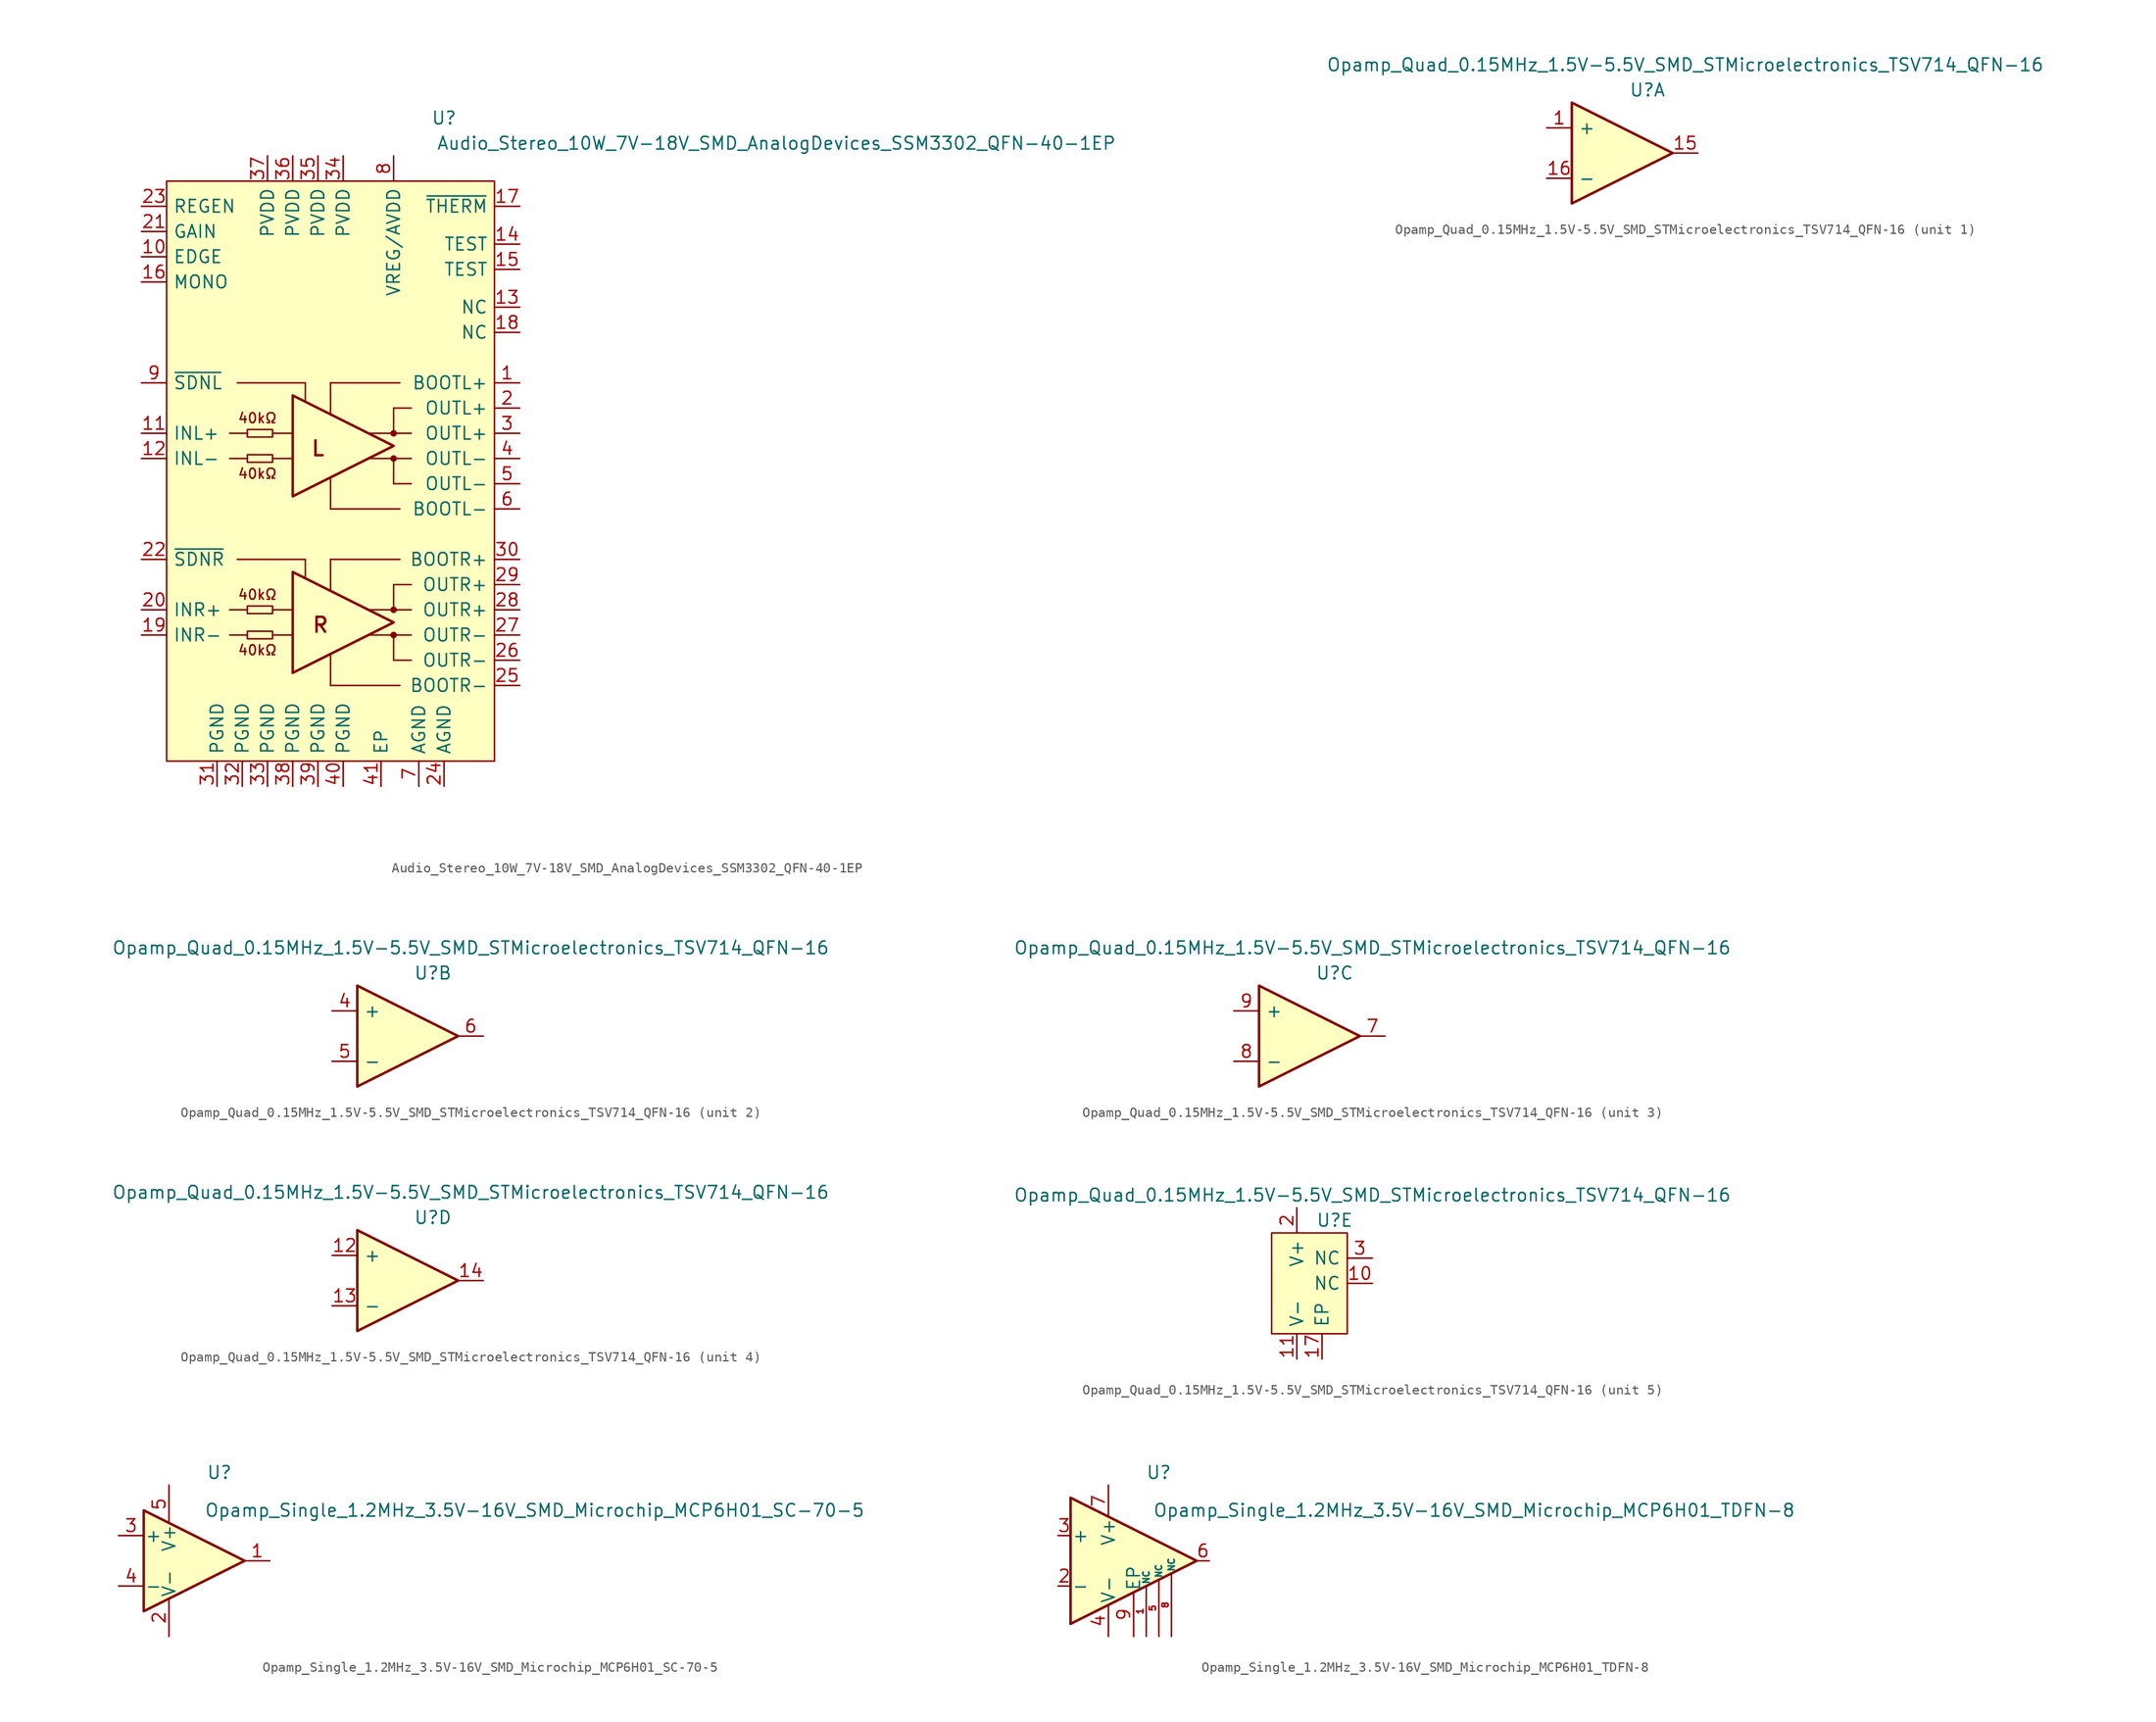
<source format=kicad_sym>
(kicad_symbol_lib
  (version 20231120)
  (generator "kicad_symbol_editor")
  (generator_version "8.0")
  (symbol "Audio_Stereo_10W_7V-18V_SMD_AnalogDevices_SSM3302_QFN-40-1EP"
    (pin_names
      (offset 0.635))
    (property "Reference" "U"
      (at 11.43 35.56 0)
      (effects (font (size 1.27 1.27))))
    (property "Value" "Audio_Stereo_10W_7V-18V_SMD_AnalogDevices_SSM3302_QFN-40-1EP"
      (at 10.668 33.02 0)
      (effects (font (size 1.27 1.27)) (justify left)))
    (symbol "Audio_Stereo_10W_7V-18V_SMD_AnalogDevices_SSM3302_QFN-40-1EP_0_0"
      (pin bidirectional line (at 19.05 8.89 180) (length 2.54) (name "BOOTL+" (effects (font (size 1.27 1.27)))) (number "1" (effects (font (size 1.27 1.27)))))
      (pin input line (at -19.05 21.59 0) (length 2.54) (name "EDGE" (effects (font (size 1.27 1.27)))) (number "10" (effects (font (size 1.27 1.27)))))
      (pin input line (at -19.05 3.81 0) (length 2.54) (name "INL+" (effects (font (size 1.27 1.27)))) (number "11" (effects (font (size 1.27 1.27)))))
      (pin input line (at -19.05 1.27 0) (length 2.54) (name "INL-" (effects (font (size 1.27 1.27)))) (number "12" (effects (font (size 1.27 1.27)))))
      (pin passive line (at 19.05 16.51 180) (length 2.54) (name "NC" (effects (font (size 1.27 1.27)))) (number "13" (effects (font (size 1.27 1.27)))))
      (pin input line (at 19.05 22.86 180) (length 2.54) (name "TEST" (effects (font (size 1.27 1.27)))) (number "14" (effects (font (size 1.27 1.27)))))
      (pin input line (at 19.05 20.32 180) (length 2.54) (name "TEST" (effects (font (size 1.27 1.27)))) (number "15" (effects (font (size 1.27 1.27)))))
      (pin input line (at -19.05 19.05 0) (length 2.54) (name "MONO" (effects (font (size 1.27 1.27)))) (number "16" (effects (font (size 1.27 1.27)))))
      (pin open_collector line (at 19.05 26.67 180) (length 2.54) (name "~{THERM}" (effects (font (size 1.27 1.27)))) (number "17" (effects (font (size 1.27 1.27)))))
      (pin passive line (at 19.05 13.97 180) (length 2.54) (name "NC" (effects (font (size 1.27 1.27)))) (number "18" (effects (font (size 1.27 1.27)))))
      (pin input line (at -19.05 -16.51 0) (length 2.54) (name "INR-" (effects (font (size 1.27 1.27)))) (number "19" (effects (font (size 1.27 1.27)))))
      (pin output line (at 19.05 6.35 180) (length 2.54) (name "OUTL+" (effects (font (size 1.27 1.27)))) (number "2" (effects (font (size 1.27 1.27)))))
      (pin input line (at -19.05 -13.97 0) (length 2.54) (name "INR+" (effects (font (size 1.27 1.27)))) (number "20" (effects (font (size 1.27 1.27)))))
      (pin input line (at -19.05 24.13 0) (length 2.54) (name "GAIN" (effects (font (size 1.27 1.27)))) (number "21" (effects (font (size 1.27 1.27)))))
      (pin input line (at -19.05 -8.89 0) (length 2.54) (name "~{SDNR}" (effects (font (size 1.27 1.27)))) (number "22" (effects (font (size 1.27 1.27)))))
      (pin input line (at -19.05 26.67 0) (length 2.54) (name "REGEN" (effects (font (size 1.27 1.27)))) (number "23" (effects (font (size 1.27 1.27)))))
      (pin power_in line (at 11.43 -31.75 90) (length 2.54) (name "AGND" (effects (font (size 1.27 1.27)))) (number "24" (effects (font (size 1.27 1.27)))))
      (pin bidirectional line (at 19.05 -21.59 180) (length 2.54) (name "BOOTR-" (effects (font (size 1.27 1.27)))) (number "25" (effects (font (size 1.27 1.27)))))
      (pin output line (at 19.05 -19.05 180) (length 2.54) (name "OUTR-" (effects (font (size 1.27 1.27)))) (number "26" (effects (font (size 1.27 1.27)))))
      (pin output line (at 19.05 -16.51 180) (length 2.54) (name "OUTR-" (effects (font (size 1.27 1.27)))) (number "27" (effects (font (size 1.27 1.27)))))
      (pin output line (at 19.05 -13.97 180) (length 2.54) (name "OUTR+" (effects (font (size 1.27 1.27)))) (number "28" (effects (font (size 1.27 1.27)))))
      (pin output line (at 19.05 -11.43 180) (length 2.54) (name "OUTR+" (effects (font (size 1.27 1.27)))) (number "29" (effects (font (size 1.27 1.27)))))
      (pin output line (at 19.05 3.81 180) (length 2.54) (name "OUTL+" (effects (font (size 1.27 1.27)))) (number "3" (effects (font (size 1.27 1.27)))))
      (pin bidirectional line (at 19.05 -8.89 180) (length 2.54) (name "BOOTR+" (effects (font (size 1.27 1.27)))) (number "30" (effects (font (size 1.27 1.27)))))
      (pin power_in line (at -11.43 -31.75 90) (length 2.54) (name "PGND" (effects (font (size 1.27 1.27)))) (number "31" (effects (font (size 1.27 1.27)))))
      (pin power_in line (at -8.89 -31.75 90) (length 2.54) (name "PGND" (effects (font (size 1.27 1.27)))) (number "32" (effects (font (size 1.27 1.27)))))
      (pin power_in line (at -6.35 -31.75 90) (length 2.54) (name "PGND" (effects (font (size 1.27 1.27)))) (number "33" (effects (font (size 1.27 1.27)))))
      (pin power_in line (at 1.27 31.75 270) (length 2.54) (name "PVDD" (effects (font (size 1.27 1.27)))) (number "34" (effects (font (size 1.27 1.27)))))
      (pin power_in line (at -1.27 31.75 270) (length 2.54) (name "PVDD" (effects (font (size 1.27 1.27)))) (number "35" (effects (font (size 1.27 1.27)))))
      (pin power_in line (at -3.81 31.75 270) (length 2.54) (name "PVDD" (effects (font (size 1.27 1.27)))) (number "36" (effects (font (size 1.27 1.27)))))
      (pin power_in line (at -6.35 31.75 270) (length 2.54) (name "PVDD" (effects (font (size 1.27 1.27)))) (number "37" (effects (font (size 1.27 1.27)))))
      (pin power_in line (at -3.81 -31.75 90) (length 2.54) (name "PGND" (effects (font (size 1.27 1.27)))) (number "38" (effects (font (size 1.27 1.27)))))
      (pin power_in line (at -1.27 -31.75 90) (length 2.54) (name "PGND" (effects (font (size 1.27 1.27)))) (number "39" (effects (font (size 1.27 1.27)))))
      (pin output line (at 19.05 1.27 180) (length 2.54) (name "OUTL-" (effects (font (size 1.27 1.27)))) (number "4" (effects (font (size 1.27 1.27)))))
      (pin power_in line (at 1.27 -31.75 90) (length 2.54) (name "PGND" (effects (font (size 1.27 1.27)))) (number "40" (effects (font (size 1.27 1.27)))))
      (pin passive line (at 5.08 -31.75 90) (length 2.54) (name "EP" (effects (font (size 1.27 1.27)))) (number "41" (effects (font (size 1.27 1.27)))))
      (pin output line (at 19.05 -1.27 180) (length 2.54) (name "OUTL-" (effects (font (size 1.27 1.27)))) (number "5" (effects (font (size 1.27 1.27)))))
      (pin bidirectional line (at 19.05 -3.81 180) (length 2.54) (name "BOOTL-" (effects (font (size 1.27 1.27)))) (number "6" (effects (font (size 1.27 1.27)))))
      (pin power_in line (at 8.89 -31.75 90) (length 2.54) (name "AGND" (effects (font (size 1.27 1.27)))) (number "7" (effects (font (size 1.27 1.27)))))
      (pin bidirectional line (at 6.35 31.75 270) (length 2.54) (name "VREG/AVDD" (effects (font (size 1.27 1.27)))) (number "8" (effects (font (size 1.27 1.27)))))
      (pin input line (at -19.05 8.89 0) (length 2.54) (name "~{SDNL}" (effects (font (size 1.27 1.27)))) (number "9" (effects (font (size 1.27 1.27))))))
    (symbol "Audio_Stereo_10W_7V-18V_SMD_AnalogDevices_SSM3302_QFN-40-1EP_1_1"
      (rectangle (start -16.51 29.21) (end 16.51 -29.21) (stroke (width 0) (type default)) (fill (type background)))
      (rectangle (start -8.382 -16.129) (end -5.842 -16.891) (stroke (width 0) (type default)) (fill (type none)))
      (rectangle (start -8.382 -13.589) (end -5.842 -14.351) (stroke (width 0) (type default)) (fill (type none)))
      (rectangle (start -8.382 1.651) (end -5.842 0.889) (stroke (width 0) (type default)) (fill (type none)))
      (rectangle (start -8.382 4.191) (end -5.842 3.429) (stroke (width 0) (type default)) (fill (type none)))
      (polyline (pts (xy -10.16 -16.51) (xy -8.382 -16.51)) (stroke (width 0) (type default)) (fill (type none)))
      (polyline (pts (xy -10.16 -13.97) (xy -8.382 -13.97)) (stroke (width 0) (type default)) (fill (type none)))
      (polyline (pts (xy -10.16 1.27) (xy -8.382 1.27)) (stroke (width 0) (type default)) (fill (type none)))
      (polyline (pts (xy -10.16 3.81) (xy -8.382 3.81)) (stroke (width 0) (type default)) (fill (type none)))
      (polyline (pts (xy -9.398 -8.89) (xy -2.54 -8.89)) (stroke (width 0) (type default)) (fill (type none)))
      (polyline (pts (xy -9.398 8.89) (xy -2.54 8.89)) (stroke (width 0) (type default)) (fill (type none)))
      (polyline (pts (xy -5.842 -16.51) (xy -3.81 -16.51)) (stroke (width 0) (type default)) (fill (type none)))
      (polyline (pts (xy -5.842 -13.97) (xy -3.81 -13.97)) (stroke (width 0) (type default)) (fill (type none)))
      (polyline (pts (xy -5.842 1.27) (xy -3.81 1.27)) (stroke (width 0) (type default)) (fill (type none)))
      (polyline (pts (xy -5.842 3.81) (xy -3.81 3.81)) (stroke (width 0) (type default)) (fill (type none)))
      (polyline (pts (xy -2.54 -10.795) (xy -2.54 -8.89)) (stroke (width 0) (type default)) (fill (type none)))
      (polyline (pts (xy -2.54 6.985) (xy -2.54 8.89)) (stroke (width 0) (type default)) (fill (type none)))
      (polyline (pts (xy 0 -21.59) (xy 6.985 -21.59)) (stroke (width 0) (type default)) (fill (type none)))
      (polyline (pts (xy 0 -18.415) (xy 0 -21.59)) (stroke (width 0) (type default)) (fill (type none)))
      (polyline (pts (xy 0 -12.065) (xy 0 -8.89)) (stroke (width 0) (type default)) (fill (type none)))
      (polyline (pts (xy 0 -8.89) (xy 6.985 -8.89)) (stroke (width 0) (type default)) (fill (type none)))
      (polyline (pts (xy 0 -3.81) (xy 6.985 -3.81)) (stroke (width 0) (type default)) (fill (type none)))
      (polyline (pts (xy 0 -0.635) (xy 0 -3.81)) (stroke (width 0) (type default)) (fill (type none)))
      (polyline (pts (xy 0 5.715) (xy 0 8.89)) (stroke (width 0) (type default)) (fill (type none)))
      (polyline (pts (xy 0 8.89) (xy 6.985 8.89)) (stroke (width 0) (type default)) (fill (type none)))
      (polyline (pts (xy 3.81 -16.51) (xy 8.128 -16.51)) (stroke (width 0) (type default)) (fill (type none)))
      (polyline (pts (xy 3.81 -13.97) (xy 8.128 -13.97)) (stroke (width 0) (type default)) (fill (type none)))
      (polyline (pts (xy 3.81 1.27) (xy 8.128 1.27)) (stroke (width 0) (type default)) (fill (type none)))
      (polyline (pts (xy 3.81 3.81) (xy 8.128 3.81)) (stroke (width 0) (type default)) (fill (type none)))
      (polyline (pts (xy 6.35 -19.05) (xy 8.128 -19.05)) (stroke (width 0) (type default)) (fill (type none)))
      (polyline (pts (xy 6.35 -16.51) (xy 6.35 -19.05)) (stroke (width 0) (type default)) (fill (type none)))
      (polyline (pts (xy 6.35 -13.97) (xy 6.35 -11.43)) (stroke (width 0) (type default)) (fill (type none)))
      (polyline (pts (xy 6.35 -11.43) (xy 8.128 -11.43)) (stroke (width 0) (type default)) (fill (type none)))
      (polyline (pts (xy 6.35 -1.27) (xy 8.128 -1.27)) (stroke (width 0) (type default)) (fill (type none)))
      (polyline (pts (xy 6.35 1.27) (xy 6.35 -1.27)) (stroke (width 0) (type default)) (fill (type none)))
      (polyline (pts (xy 6.35 3.81) (xy 6.35 6.35)) (stroke (width 0) (type default)) (fill (type none)))
      (polyline (pts (xy 6.35 6.35) (xy 8.128 6.35)) (stroke (width 0) (type default)) (fill (type none)))
      (polyline (pts (xy -3.81 -10.16) (xy 6.35 -15.24) (xy -3.81 -20.32) (xy -3.81 -10.16)) (stroke (width 0.254) (type default)) (fill (type none)))
      (polyline (pts (xy -3.81 7.62) (xy 6.35 2.54) (xy -3.81 -2.54) (xy -3.81 7.62)) (stroke (width 0.254) (type default)) (fill (type none)))
      (circle (center 6.35 -16.51) (radius 0.254) (stroke (width 0) (type default)) (fill (type outline)))
      (circle (center 6.35 -13.97) (radius 0.254) (stroke (width 0) (type default)) (fill (type outline)))
      (circle (center 6.35 1.27) (radius 0.254) (stroke (width 0) (type default)) (fill (type outline)))
      (circle (center 6.35 3.81) (radius 0.254) (stroke (width 0) (type default)) (fill (type outline)))
      (text "40kΩ" (at -7.366 -18.034 0) (effects (font (size 1 1))))
      (text "40kΩ" (at -7.366 -12.446 0) (effects (font (size 1 1))))
      (text "40kΩ" (at -7.366 -0.254 0) (effects (font (size 1 1))))
      (text "40kΩ" (at -7.366 5.334 0) (effects (font (size 1 1))))
      (text "L" (at -1.27 2.286 0) (effects (font (size 1.5 1.5) (thickness 0.25))))
      (text "R" (at -1.016 -15.494 0) (effects (font (size 1.5 1.5) (thickness 0.25))))))
  (symbol "Opamp_Quad_0.15MHz_1.5V-5.5V_SMD_STMicroelectronics_TSV714_QFN-16"
    (pin_names
      (offset 0.635))
    (property "Reference" "U"
      (at 2.54 6.35 0)
      (effects (font (size 1.27 1.27))))
    (property "Value" "Opamp_Quad_0.15MHz_1.5V-5.5V_SMD_STMicroelectronics_TSV714_QFN-16"
      (at 6.35 8.89 0)
      (effects (font (size 1.27 1.27))))
    (property "ki_locked" ""
      (at 0 0 0)
      (effects (font (size 1.27 1.27))))
    (symbol "Opamp_Quad_0.15MHz_1.5V-5.5V_SMD_STMicroelectronics_TSV714_QFN-16_1_1"
      (polyline (pts (xy -5.08 5.08) (xy 5.08 0) (xy -5.08 -5.08) (xy -5.08 5.08)) (stroke (width 0.254) (type default)) (fill (type background)))
      (pin input line (at -7.62 2.54 0) (length 2.54) (name "+" (effects (font (size 1.27 1.27)))) (number "1" (effects (font (size 1.27 1.27)))))
      (pin output line (at 7.62 0 180) (length 2.54) (name "~" (effects (font (size 1.27 1.27)))) (number "15" (effects (font (size 1.27 1.27)))))
      (pin input line (at -7.62 -2.54 0) (length 2.54) (name "-" (effects (font (size 1.27 1.27)))) (number "16" (effects (font (size 1.27 1.27))))))
    (symbol "Opamp_Quad_0.15MHz_1.5V-5.5V_SMD_STMicroelectronics_TSV714_QFN-16_2_1"
      (polyline (pts (xy -5.08 5.08) (xy 5.08 0) (xy -5.08 -5.08) (xy -5.08 5.08)) (stroke (width 0.254) (type default)) (fill (type background)))
      (pin input line (at -7.62 2.54 0) (length 2.54) (name "+" (effects (font (size 1.27 1.27)))) (number "4" (effects (font (size 1.27 1.27)))))
      (pin input line (at -7.62 -2.54 0) (length 2.54) (name "-" (effects (font (size 1.27 1.27)))) (number "5" (effects (font (size 1.27 1.27)))))
      (pin output line (at 7.62 0 180) (length 2.54) (name "~" (effects (font (size 1.27 1.27)))) (number "6" (effects (font (size 1.27 1.27))))))
    (symbol "Opamp_Quad_0.15MHz_1.5V-5.5V_SMD_STMicroelectronics_TSV714_QFN-16_3_1"
      (polyline (pts (xy -5.08 5.08) (xy 5.08 0) (xy -5.08 -5.08) (xy -5.08 5.08)) (stroke (width 0.254) (type default)) (fill (type background)))
      (pin output line (at 7.62 0 180) (length 2.54) (name "~" (effects (font (size 1.27 1.27)))) (number "7" (effects (font (size 1.27 1.27)))))
      (pin input line (at -7.62 -2.54 0) (length 2.54) (name "-" (effects (font (size 1.27 1.27)))) (number "8" (effects (font (size 1.27 1.27)))))
      (pin input line (at -7.62 2.54 0) (length 2.54) (name "+" (effects (font (size 1.27 1.27)))) (number "9" (effects (font (size 1.27 1.27))))))
    (symbol "Opamp_Quad_0.15MHz_1.5V-5.5V_SMD_STMicroelectronics_TSV714_QFN-16_4_1"
      (polyline (pts (xy -5.08 5.08) (xy 5.08 0) (xy -5.08 -5.08) (xy -5.08 5.08)) (stroke (width 0.254) (type default)) (fill (type background)))
      (pin input line (at -7.62 2.54 0) (length 2.54) (name "+" (effects (font (size 1.27 1.27)))) (number "12" (effects (font (size 1.27 1.27)))))
      (pin input line (at -7.62 -2.54 0) (length 2.54) (name "-" (effects (font (size 1.27 1.27)))) (number "13" (effects (font (size 1.27 1.27)))))
      (pin output line (at 7.62 0 180) (length 2.54) (name "~" (effects (font (size 1.27 1.27)))) (number "14" (effects (font (size 1.27 1.27))))))
    (symbol "Opamp_Quad_0.15MHz_1.5V-5.5V_SMD_STMicroelectronics_TSV714_QFN-16_5_1"
      (rectangle (start -3.81 5.08) (end 3.81 -5.08) (stroke (width 0) (type default)) (fill (type background)))
      (pin passive line (at 6.35 0 180) (length 2.54) (name "NC" (effects (font (size 1.27 1.27)))) (number "10" (effects (font (size 1.27 1.27)))))
      (pin power_in line (at -1.27 -7.62 90) (length 2.54) (name "V-" (effects (font (size 1.27 1.27)))) (number "11" (effects (font (size 1.27 1.27)))))
      (pin power_in line (at 1.27 -7.62 90) (length 2.54) (name "EP" (effects (font (size 1.27 1.27)))) (number "17" (effects (font (size 1.27 1.27)))))
      (pin power_in line (at -1.27 7.62 270) (length 2.54) (name "V+" (effects (font (size 1.27 1.27)))) (number "2" (effects (font (size 1.27 1.27)))))
      (pin passive line (at 6.35 2.54 180) (length 2.54) (name "NC" (effects (font (size 1.27 1.27)))) (number "3" (effects (font (size 1.27 1.27)))))))
  (symbol "Opamp_Single_1.2MHz_3.5V-16V_SMD_Microchip_MCP6H01_SC-70-5"
    (pin_names
      (offset 0.102))
    (property "Reference" "U"
      (at 3.81 8.89 0)
      (effects (font (size 1.27 1.27))))
    (property "Value" "Opamp_Single_1.2MHz_3.5V-16V_SMD_Microchip_MCP6H01_SC-70-5"
      (at 35.56 5.08 0)
      (effects (font (size 1.27 1.27))))
    (symbol "Opamp_Single_1.2MHz_3.5V-16V_SMD_Microchip_MCP6H01_SC-70-5_1_1"
      (polyline (pts (xy -3.81 5.08) (xy 6.35 0) (xy -3.81 -5.08) (xy -3.81 5.08)) (stroke (width 0.254) (type default)) (fill (type background)))
      (pin output line (at 8.89 0 180) (length 2.54) (name "~" (effects (font (size 1.27 1.27)))) (number "1" (effects (font (size 1.27 1.27)))))
      (pin power_in line (at -1.27 -7.62 90) (length 3.81) (name "V-" (effects (font (size 1.27 1.27)))) (number "2" (effects (font (size 1.27 1.27)))))
      (pin input line (at -6.35 2.54 0) (length 2.54) (name "+" (effects (font (size 1.27 1.27)))) (number "3" (effects (font (size 1.27 1.27)))))
      (pin input line (at -6.35 -2.54 0) (length 2.54) (name "-" (effects (font (size 1.27 1.27)))) (number "4" (effects (font (size 1.27 1.27)))))
      (pin power_in line (at -1.27 7.62 270) (length 3.81) (name "V+" (effects (font (size 1.27 1.27)))) (number "5" (effects (font (size 1.27 1.27)))))))
  (symbol "Opamp_Single_1.2MHz_3.5V-16V_SMD_Microchip_MCP6H01_TDFN-8"
    (pin_names
      (offset 0.127))
    (property "Reference" "U"
      (at 3.81 8.89 0)
      (effects (font (size 1.27 1.27))))
    (property "Value" "Opamp_Single_1.2MHz_3.5V-16V_SMD_Microchip_MCP6H01_TDFN-8"
      (at 35.56 5.08 0)
      (effects (font (size 1.27 1.27))))
    (symbol "Opamp_Single_1.2MHz_3.5V-16V_SMD_Microchip_MCP6H01_TDFN-8_0_0"
      (pin passive line (at 2.54 -7.62 90) (length 5.08) (name "NC" (effects (font (size 0.635 0.635)))) (number "1" (effects (font (size 0.635 0.635)))))
      (pin passive line (at 3.81 -7.62 90) (length 5.715) (name "NC" (effects (font (size 0.635 0.635)))) (number "5" (effects (font (size 0.635 0.635)))))
      (pin passive line (at 5.08 -7.62 90) (length 6.35) (name "NC" (effects (font (size 0.635 0.635)))) (number "8" (effects (font (size 0.635 0.635)))))
      (pin power_in line (at 1.27 -7.62 90) (length 4.445) (name "EP" (effects (font (size 1.27 1.27)))) (number "9" (effects (font (size 1.27 1.27))))))
    (symbol "Opamp_Single_1.2MHz_3.5V-16V_SMD_Microchip_MCP6H01_TDFN-8_1_1"
      (polyline (pts (xy -5.08 6.35) (xy 7.62 0) (xy -5.08 -6.35) (xy -5.08 6.35)) (stroke (width 0.254) (type default)) (fill (type background)))
      (pin input line (at -6.35 -2.54 0) (length 1.27) (name "-" (effects (font (size 1.27 1.27)))) (number "2" (effects (font (size 1.27 1.27)))))
      (pin input line (at -6.35 2.54 0) (length 1.27) (name "+" (effects (font (size 1.27 1.27)))) (number "3" (effects (font (size 1.27 1.27)))))
      (pin power_in line (at -1.27 -7.62 90) (length 3.175) (name "V-" (effects (font (size 1.27 1.27)))) (number "4" (effects (font (size 1.27 1.27)))))
      (pin output line (at 8.89 0 180) (length 1.27) (name "~" (effects (font (size 1.27 1.27)))) (number "6" (effects (font (size 1.27 1.27)))))
      (pin power_in line (at -1.27 7.62 270) (length 3.175) (name "V+" (effects (font (size 1.27 1.27)))) (number "7" (effects (font (size 1.27 1.27))))))))
</source>
